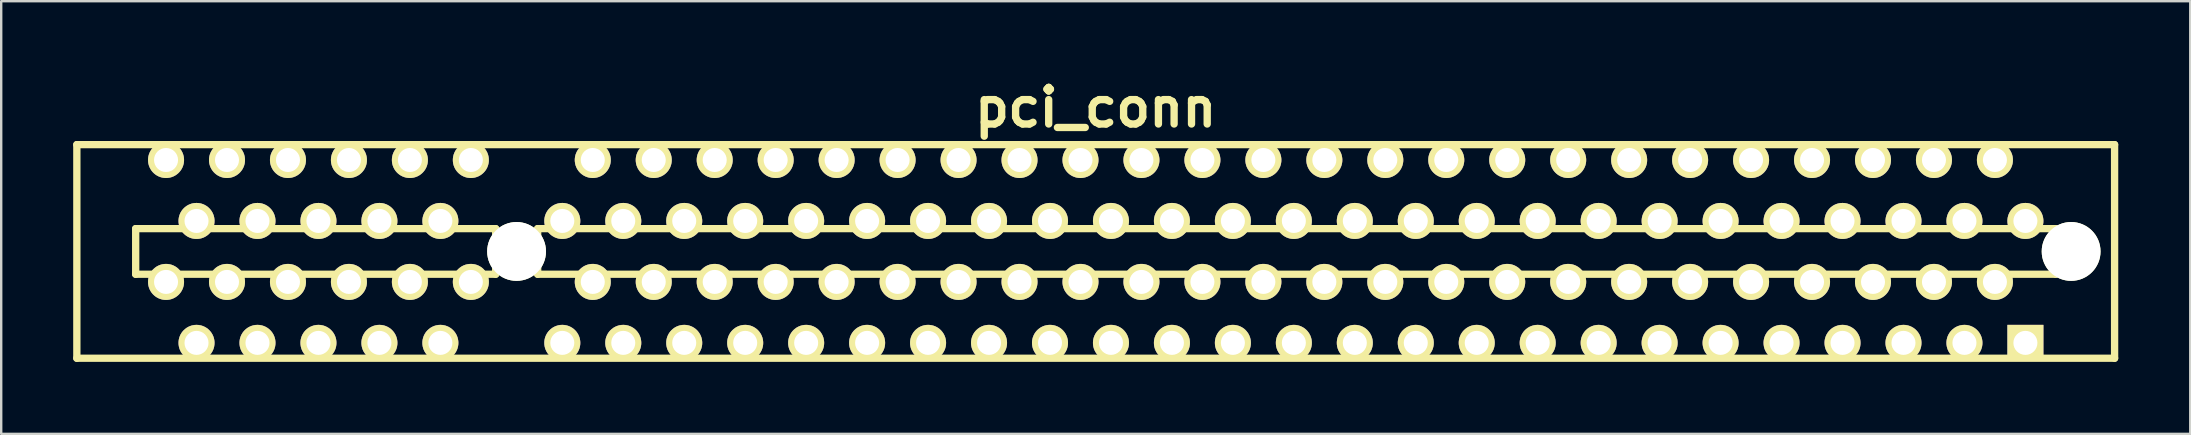
<source format=kicad_pcb>
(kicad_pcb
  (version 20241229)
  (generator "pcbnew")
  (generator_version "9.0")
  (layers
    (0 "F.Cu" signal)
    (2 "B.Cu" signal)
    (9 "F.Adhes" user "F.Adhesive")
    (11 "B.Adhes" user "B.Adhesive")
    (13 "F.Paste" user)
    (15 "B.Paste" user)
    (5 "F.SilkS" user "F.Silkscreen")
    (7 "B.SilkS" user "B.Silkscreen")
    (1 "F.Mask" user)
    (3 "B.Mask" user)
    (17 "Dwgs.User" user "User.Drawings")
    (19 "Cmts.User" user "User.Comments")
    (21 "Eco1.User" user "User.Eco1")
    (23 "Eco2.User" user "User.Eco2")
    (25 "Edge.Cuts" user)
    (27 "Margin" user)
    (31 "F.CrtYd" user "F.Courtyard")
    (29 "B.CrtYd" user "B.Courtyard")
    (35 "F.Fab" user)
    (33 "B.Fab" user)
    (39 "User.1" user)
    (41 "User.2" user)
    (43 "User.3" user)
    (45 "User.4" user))
  (footprint "pci_conn"
    (layer "F.Cu")
    (at 42.603 7.426)
    (property "Reference" "pci_conn" (at 0 -5.999 0) (layer "F.SilkS") (effects (font (size 1.524 1.524) (thickness 0.305))))
    (attr through_hole)
    (fp_line (start -42.451 -4.45) (end -42.451 4.45) (stroke (width 0.305) (type solid)) (layer "F.SilkS"))
    (fp_line (start -42.451 4.45) (end 42.451 4.45) (stroke (width 0.305) (type solid)) (layer "F.SilkS"))
    (fp_line (start -40 -0.95) (end -40 0.95) (stroke (width 0.305) (type solid)) (layer "F.SilkS"))
    (fp_line (start -40 0.95) (end -25.001 0.95) (stroke (width 0.305) (type solid)) (layer "F.SilkS"))
    (fp_line (start -25.001 -0.95) (end -40 -0.95) (stroke (width 0.305) (type solid)) (layer "F.SilkS"))
    (fp_line (start -25.001 0.95) (end -25.001 -0.95) (stroke (width 0.305) (type solid)) (layer "F.SilkS"))
    (fp_line (start -23.251 -0.95) (end 40 -0.95) (stroke (width 0.305) (type solid)) (layer "F.SilkS"))
    (fp_line (start -23.251 0.95) (end -23.251 -0.95) (stroke (width 0.305) (type solid)) (layer "F.SilkS"))
    (fp_line (start 40 -0.95) (end 40 0.95) (stroke (width 0.305) (type solid)) (layer "F.SilkS"))
    (fp_line (start 40 0.95) (end -23.251 0.95) (stroke (width 0.305) (type solid)) (layer "F.SilkS"))
    (fp_line (start 42.451 -4.45) (end -42.451 -4.45) (stroke (width 0.305) (type solid)) (layer "F.SilkS"))
    (fp_line (start 42.451 4.45) (end 42.451 -4.45) (stroke (width 0.305) (type solid)) (layer "F.SilkS"))
    (pad "" np_thru_hole circle (at -24.13 0) (size 2.451 2.451) (drill 2.451) (layers "*.Cu" "F.SilkS"))
    (pad "" np_thru_hole circle (at 40.64 0) (size 2.451 2.451) (drill 2.451) (layers "*.Cu" "F.SilkS"))
    (pad "A1" thru_hole rect (at 38.735 3.81) (size 1.501 1.501) (drill 1.001) (layers "*.Cu" "*.Mask" "F.SilkS"))
    (pad "A2" thru_hole circle (at 37.465 1.27) (size 1.501 1.501) (drill 1.001) (layers "*.Cu" "*.Mask" "F.SilkS"))
    (pad "A3" thru_hole circle (at 36.195 3.81) (size 1.501 1.501) (drill 1.001) (layers "*.Cu" "*.Mask" "F.SilkS"))
    (pad "A4" thru_hole circle (at 34.925 1.27) (size 1.501 1.501) (drill 1.001) (layers "*.Cu" "*.Mask" "F.SilkS"))
    (pad "A5" thru_hole circle (at 33.655 3.81) (size 1.501 1.501) (drill 1.001) (layers "*.Cu" "*.Mask" "F.SilkS"))
    (pad "A6" thru_hole circle (at 32.385 1.27) (size 1.501 1.501) (drill 1.001) (layers "*.Cu" "*.Mask" "F.SilkS"))
    (pad "A7" thru_hole circle (at 31.115 3.81) (size 1.501 1.501) (drill 1.001) (layers "*.Cu" "*.Mask" "F.SilkS"))
    (pad "A8" thru_hole circle (at 29.845 1.27) (size 1.501 1.501) (drill 1.001) (layers "*.Cu" "*.Mask" "F.SilkS"))
    (pad "A9" thru_hole circle (at 28.575 3.81) (size 1.501 1.501) (drill 1.001) (layers "*.Cu" "*.Mask" "F.SilkS"))
    (pad "A10" thru_hole circle (at 27.305 1.27) (size 1.501 1.501) (drill 1.001) (layers "*.Cu" "*.Mask" "F.SilkS"))
    (pad "A11" thru_hole circle (at 26.035 3.81) (size 1.501 1.501) (drill 1.001) (layers "*.Cu" "*.Mask" "F.SilkS"))
    (pad "A12" thru_hole circle (at 24.765 1.27) (size 1.501 1.501) (drill 1.001) (layers "*.Cu" "*.Mask" "F.SilkS"))
    (pad "A13" thru_hole circle (at 23.495 3.81) (size 1.501 1.501) (drill 1.001) (layers "*.Cu" "*.Mask" "F.SilkS"))
    (pad "A14" thru_hole circle (at 22.225 1.27) (size 1.501 1.501) (drill 1.001) (layers "*.Cu" "*.Mask" "F.SilkS"))
    (pad "A15" thru_hole circle (at 20.955 3.81) (size 1.501 1.501) (drill 1.001) (layers "*.Cu" "*.Mask" "F.SilkS"))
    (pad "A16" thru_hole circle (at 19.685 1.27) (size 1.501 1.501) (drill 1.001) (layers "*.Cu" "*.Mask" "F.SilkS"))
    (pad "A17" thru_hole circle (at 18.415 3.81) (size 1.501 1.501) (drill 1.001) (layers "*.Cu" "*.Mask" "F.SilkS"))
    (pad "A18" thru_hole circle (at 17.145 1.27) (size 1.501 1.501) (drill 1.001) (layers "*.Cu" "*.Mask" "F.SilkS"))
    (pad "A19" thru_hole circle (at 15.875 3.81) (size 1.501 1.501) (drill 1.001) (layers "*.Cu" "*.Mask" "F.SilkS"))
    (pad "A20" thru_hole circle (at 14.605 1.27) (size 1.501 1.501) (drill 1.001) (layers "*.Cu" "*.Mask" "F.SilkS"))
    (pad "A21" thru_hole circle (at 13.335 3.81) (size 1.501 1.501) (drill 1.001) (layers "*.Cu" "*.Mask" "F.SilkS"))
    (pad "A22" thru_hole circle (at 12.065 1.27) (size 1.501 1.501) (drill 1.001) (layers "*.Cu" "*.Mask" "F.SilkS"))
    (pad "A23" thru_hole circle (at 10.795 3.81) (size 1.501 1.501) (drill 1.001) (layers "*.Cu" "*.Mask" "F.SilkS"))
    (pad "A24" thru_hole circle (at 9.525 1.27) (size 1.501 1.501) (drill 1.001) (layers "*.Cu" "*.Mask" "F.SilkS"))
    (pad "A25" thru_hole circle (at 8.255 3.81) (size 1.501 1.501) (drill 1.001) (layers "*.Cu" "*.Mask" "F.SilkS"))
    (pad "A26" thru_hole circle (at 6.985 1.27) (size 1.501 1.501) (drill 1.001) (layers "*.Cu" "*.Mask" "F.SilkS"))
    (pad "A27" thru_hole circle (at 5.715 3.81) (size 1.501 1.501) (drill 1.001) (layers "*.Cu" "*.Mask" "F.SilkS"))
    (pad "A28" thru_hole circle (at 4.445 1.27) (size 1.501 1.501) (drill 1.001) (layers "*.Cu" "*.Mask" "F.SilkS"))
    (pad "A29" thru_hole circle (at 3.175 3.81) (size 1.501 1.501) (drill 1.001) (layers "*.Cu" "*.Mask" "F.SilkS"))
    (pad "A30" thru_hole circle (at 1.905 1.27) (size 1.501 1.501) (drill 1.001) (layers "*.Cu" "*.Mask" "F.SilkS"))
    (pad "A31" thru_hole circle (at 0.635 3.81) (size 1.501 1.501) (drill 1.001) (layers "*.Cu" "*.Mask" "F.SilkS"))
    (pad "A32" thru_hole circle (at -0.635 1.27) (size 1.501 1.501) (drill 1.001) (layers "*.Cu" "*.Mask" "F.SilkS"))
    (pad "A33" thru_hole circle (at -1.905 3.81) (size 1.501 1.501) (drill 1.001) (layers "*.Cu" "*.Mask" "F.SilkS"))
    (pad "A34" thru_hole circle (at -3.175 1.27) (size 1.501 1.501) (drill 1.001) (layers "*.Cu" "*.Mask" "F.SilkS"))
    (pad "A35" thru_hole circle (at -4.445 3.81) (size 1.501 1.501) (drill 1.001) (layers "*.Cu" "*.Mask" "F.SilkS"))
    (pad "A36" thru_hole circle (at -5.715 1.27) (size 1.501 1.501) (drill 1.001) (layers "*.Cu" "*.Mask" "F.SilkS"))
    (pad "A37" thru_hole circle (at -6.985 3.81) (size 1.501 1.501) (drill 1.001) (layers "*.Cu" "*.Mask" "F.SilkS"))
    (pad "A38" thru_hole circle (at -8.255 1.27) (size 1.501 1.501) (drill 1.001) (layers "*.Cu" "*.Mask" "F.SilkS"))
    (pad "A39" thru_hole circle (at -9.525 3.81) (size 1.501 1.501) (drill 1.001) (layers "*.Cu" "*.Mask" "F.SilkS"))
    (pad "A40" thru_hole circle (at -10.795 1.27) (size 1.501 1.501) (drill 1.001) (layers "*.Cu" "*.Mask" "F.SilkS"))
    (pad "A41" thru_hole circle (at -12.065 3.81) (size 1.501 1.501) (drill 1.001) (layers "*.Cu" "*.Mask" "F.SilkS"))
    (pad "A42" thru_hole circle (at -13.335 1.27) (size 1.501 1.501) (drill 1.001) (layers "*.Cu" "*.Mask" "F.SilkS"))
    (pad "A43" thru_hole circle (at -14.605 3.81) (size 1.501 1.501) (drill 1.001) (layers "*.Cu" "*.Mask" "F.SilkS"))
    (pad "A44" thru_hole circle (at -15.875 1.27) (size 1.501 1.501) (drill 1.001) (layers "*.Cu" "*.Mask" "F.SilkS"))
    (pad "A45" thru_hole circle (at -17.145 3.81) (size 1.501 1.501) (drill 1.001) (layers "*.Cu" "*.Mask" "F.SilkS"))
    (pad "A46" thru_hole circle (at -18.415 1.27) (size 1.501 1.501) (drill 1.001) (layers "*.Cu" "*.Mask" "F.SilkS"))
    (pad "A47" thru_hole circle (at -19.685 3.81) (size 1.501 1.501) (drill 1.001) (layers "*.Cu" "*.Mask" "F.SilkS"))
    (pad "A48" thru_hole circle (at -20.955 1.27) (size 1.501 1.501) (drill 1.001) (layers "*.Cu" "*.Mask" "F.SilkS"))
    (pad "A49" thru_hole circle (at -22.225 3.81) (size 1.501 1.501) (drill 1.001) (layers "*.Cu" "*.Mask" "F.SilkS"))
    (pad "A50" thru_hole circle (at -26.035 1.27) (size 1.501 1.501) (drill 1.001) (layers "*.Cu" "*.Mask" "F.SilkS"))
    (pad "A51" thru_hole circle (at -27.305 3.81) (size 1.501 1.501) (drill 1.001) (layers "*.Cu" "*.Mask" "F.SilkS"))
    (pad "A52" thru_hole circle (at -28.575 1.27) (size 1.501 1.501) (drill 1.001) (layers "*.Cu" "*.Mask" "F.SilkS"))
    (pad "A53" thru_hole circle (at -29.845 3.81) (size 1.501 1.501) (drill 1.001) (layers "*.Cu" "*.Mask" "F.SilkS"))
    (pad "A54" thru_hole circle (at -31.115 1.27) (size 1.501 1.501) (drill 1.001) (layers "*.Cu" "*.Mask" "F.SilkS"))
    (pad "A55" thru_hole circle (at -32.385 3.81) (size 1.501 1.501) (drill 1.001) (layers "*.Cu" "*.Mask" "F.SilkS"))
    (pad "A56" thru_hole circle (at -33.655 1.27) (size 1.501 1.501) (drill 1.001) (layers "*.Cu" "*.Mask" "F.SilkS"))
    (pad "A57" thru_hole circle (at -34.925 3.81) (size 1.501 1.501) (drill 1.001) (layers "*.Cu" "*.Mask" "F.SilkS"))
    (pad "A58" thru_hole circle (at -36.195 1.27) (size 1.501 1.501) (drill 1.001) (layers "*.Cu" "*.Mask" "F.SilkS"))
    (pad "A59" thru_hole circle (at -37.465 3.81) (size 1.501 1.501) (drill 1.001) (layers "*.Cu" "*.Mask" "F.SilkS"))
    (pad "A60" thru_hole circle (at -38.735 1.27) (size 1.501 1.501) (drill 1.001) (layers "*.Cu" "*.Mask" "F.SilkS"))
    (pad "B1" thru_hole circle (at 38.735 -1.27) (size 1.501 1.501) (drill 1.001) (layers "*.Cu" "*.Mask" "F.SilkS"))
    (pad "B2" thru_hole circle (at 37.465 -3.81) (size 1.501 1.501) (drill 1.001) (layers "*.Cu" "*.Mask" "F.SilkS"))
    (pad "B3" thru_hole circle (at 36.195 -1.27) (size 1.501 1.501) (drill 1.001) (layers "*.Cu" "*.Mask" "F.SilkS"))
    (pad "B4" thru_hole circle (at 34.925 -3.81) (size 1.501 1.501) (drill 1.001) (layers "*.Cu" "*.Mask" "F.SilkS"))
    (pad "B5" thru_hole circle (at 33.655 -1.27) (size 1.501 1.501) (drill 1.001) (layers "*.Cu" "*.Mask" "F.SilkS"))
    (pad "B6" thru_hole circle (at 32.385 -3.81) (size 1.501 1.501) (drill 1.001) (layers "*.Cu" "*.Mask" "F.SilkS"))
    (pad "B7" thru_hole circle (at 31.115 -1.27) (size 1.501 1.501) (drill 1.001) (layers "*.Cu" "*.Mask" "F.SilkS"))
    (pad "B8" thru_hole circle (at 29.845 -3.81) (size 1.501 1.501) (drill 1.001) (layers "*.Cu" "*.Mask" "F.SilkS"))
    (pad "B9" thru_hole circle (at 28.575 -1.27) (size 1.501 1.501) (drill 1.001) (layers "*.Cu" "*.Mask" "F.SilkS"))
    (pad "B10" thru_hole circle (at 27.305 -3.81) (size 1.501 1.501) (drill 1.001) (layers "*.Cu" "*.Mask" "F.SilkS"))
    (pad "B11" thru_hole circle (at 26.035 -1.27) (size 1.501 1.501) (drill 1.001) (layers "*.Cu" "*.Mask" "F.SilkS"))
    (pad "B12" thru_hole circle (at 24.765 -3.81) (size 1.501 1.501) (drill 1.001) (layers "*.Cu" "*.Mask" "F.SilkS"))
    (pad "B13" thru_hole circle (at 23.495 -1.27) (size 1.501 1.501) (drill 1.001) (layers "*.Cu" "*.Mask" "F.SilkS"))
    (pad "B14" thru_hole circle (at 22.225 -3.81) (size 1.501 1.501) (drill 1.001) (layers "*.Cu" "*.Mask" "F.SilkS"))
    (pad "B15" thru_hole circle (at 20.955 -1.27) (size 1.501 1.501) (drill 1.001) (layers "*.Cu" "*.Mask" "F.SilkS"))
    (pad "B16" thru_hole circle (at 19.685 -3.81) (size 1.501 1.501) (drill 1.001) (layers "*.Cu" "*.Mask" "F.SilkS"))
    (pad "B17" thru_hole circle (at 18.415 -1.27) (size 1.501 1.501) (drill 1.001) (layers "*.Cu" "*.Mask" "F.SilkS"))
    (pad "B18" thru_hole circle (at 17.145 -3.81) (size 1.501 1.501) (drill 1.001) (layers "*.Cu" "*.Mask" "F.SilkS"))
    (pad "B19" thru_hole circle (at 15.875 -1.27) (size 1.501 1.501) (drill 1.001) (layers "*.Cu" "*.Mask" "F.SilkS"))
    (pad "B20" thru_hole circle (at 14.605 -3.81) (size 1.501 1.501) (drill 1.001) (layers "*.Cu" "*.Mask" "F.SilkS"))
    (pad "B21" thru_hole circle (at 13.335 -1.27) (size 1.501 1.501) (drill 1.001) (layers "*.Cu" "*.Mask" "F.SilkS"))
    (pad "B22" thru_hole circle (at 12.065 -3.81) (size 1.501 1.501) (drill 1.001) (layers "*.Cu" "*.Mask" "F.SilkS"))
    (pad "B23" thru_hole circle (at 10.795 -1.27) (size 1.501 1.501) (drill 1.001) (layers "*.Cu" "*.Mask" "F.SilkS"))
    (pad "B24" thru_hole circle (at 9.525 -3.81) (size 1.501 1.501) (drill 1.001) (layers "*.Cu" "*.Mask" "F.SilkS"))
    (pad "B25" thru_hole circle (at 8.255 -1.27) (size 1.501 1.501) (drill 1.001) (layers "*.Cu" "*.Mask" "F.SilkS"))
    (pad "B26" thru_hole circle (at 6.985 -3.81) (size 1.501 1.501) (drill 1.001) (layers "*.Cu" "*.Mask" "F.SilkS"))
    (pad "B27" thru_hole circle (at 5.715 -1.27) (size 1.501 1.501) (drill 1.001) (layers "*.Cu" "*.Mask" "F.SilkS"))
    (pad "B28" thru_hole circle (at 4.445 -3.81) (size 1.501 1.501) (drill 1.001) (layers "*.Cu" "*.Mask" "F.SilkS"))
    (pad "B29" thru_hole circle (at 3.175 -1.27) (size 1.501 1.501) (drill 1.001) (layers "*.Cu" "*.Mask" "F.SilkS"))
    (pad "B30" thru_hole circle (at 1.905 -3.81) (size 1.501 1.501) (drill 1.001) (layers "*.Cu" "*.Mask" "F.SilkS"))
    (pad "B31" thru_hole circle (at 0.635 -1.27) (size 1.501 1.501) (drill 1.001) (layers "*.Cu" "*.Mask" "F.SilkS"))
    (pad "B32" thru_hole circle (at -0.635 -3.81) (size 1.501 1.501) (drill 1.001) (layers "*.Cu" "*.Mask" "F.SilkS"))
    (pad "B33" thru_hole circle (at -1.905 -1.27) (size 1.501 1.501) (drill 1.001) (layers "*.Cu" "*.Mask" "F.SilkS"))
    (pad "B34" thru_hole circle (at -3.175 -3.81) (size 1.501 1.501) (drill 1.001) (layers "*.Cu" "*.Mask" "F.SilkS"))
    (pad "B35" thru_hole circle (at -4.445 -1.27) (size 1.501 1.501) (drill 1.001) (layers "*.Cu" "*.Mask" "F.SilkS"))
    (pad "B36" thru_hole circle (at -5.715 -3.81) (size 1.501 1.501) (drill 1.001) (layers "*.Cu" "*.Mask" "F.SilkS"))
    (pad "B37" thru_hole circle (at -6.985 -1.27) (size 1.501 1.501) (drill 1.001) (layers "*.Cu" "*.Mask" "F.SilkS"))
    (pad "B38" thru_hole circle (at -8.255 -3.81) (size 1.501 1.501) (drill 1.001) (layers "*.Cu" "*.Mask" "F.SilkS"))
    (pad "B39" thru_hole circle (at -9.525 -1.27) (size 1.501 1.501) (drill 1.001) (layers "*.Cu" "*.Mask" "F.SilkS"))
    (pad "B40" thru_hole circle (at -10.795 -3.81) (size 1.501 1.501) (drill 1.001) (layers "*.Cu" "*.Mask" "F.SilkS"))
    (pad "B41" thru_hole circle (at -12.065 -1.27) (size 1.501 1.501) (drill 1.001) (layers "*.Cu" "*.Mask" "F.SilkS"))
    (pad "B42" thru_hole circle (at -13.335 -3.81) (size 1.501 1.501) (drill 1.001) (layers "*.Cu" "*.Mask" "F.SilkS"))
    (pad "B43" thru_hole circle (at -14.605 -1.27) (size 1.501 1.501) (drill 1.001) (layers "*.Cu" "*.Mask" "F.SilkS"))
    (pad "B44" thru_hole circle (at -15.875 -3.81) (size 1.501 1.501) (drill 1.001) (layers "*.Cu" "*.Mask" "F.SilkS"))
    (pad "B45" thru_hole circle (at -17.145 -1.27) (size 1.501 1.501) (drill 1.001) (layers "*.Cu" "*.Mask" "F.SilkS"))
    (pad "B46" thru_hole circle (at -18.415 -3.81) (size 1.501 1.501) (drill 1.001) (layers "*.Cu" "*.Mask" "F.SilkS"))
    (pad "B47" thru_hole circle (at -19.685 -1.27) (size 1.501 1.501) (drill 1.001) (layers "*.Cu" "*.Mask" "F.SilkS"))
    (pad "B48" thru_hole circle (at -20.955 -3.81) (size 1.501 1.501) (drill 1.001) (layers "*.Cu" "*.Mask" "F.SilkS"))
    (pad "B49" thru_hole circle (at -22.225 -1.27) (size 1.501 1.501) (drill 1.001) (layers "*.Cu" "*.Mask" "F.SilkS"))
    (pad "B50" thru_hole circle (at -26.035 -3.81) (size 1.501 1.501) (drill 1.001) (layers "*.Cu" "*.Mask" "F.SilkS"))
    (pad "B51" thru_hole circle (at -27.305 -1.27) (size 1.501 1.501) (drill 1.001) (layers "*.Cu" "*.Mask" "F.SilkS"))
    (pad "B52" thru_hole circle (at -28.575 -3.81) (size 1.501 1.501) (drill 1.001) (layers "*.Cu" "*.Mask" "F.SilkS"))
    (pad "B53" thru_hole circle (at -29.845 -1.27) (size 1.501 1.501) (drill 1.001) (layers "*.Cu" "*.Mask" "F.SilkS"))
    (pad "B54" thru_hole circle (at -31.115 -3.81) (size 1.501 1.501) (drill 1.001) (layers "*.Cu" "*.Mask" "F.SilkS"))
    (pad "B55" thru_hole circle (at -32.385 -1.27) (size 1.501 1.501) (drill 1.001) (layers "*.Cu" "*.Mask" "F.SilkS"))
    (pad "B56" thru_hole circle (at -33.655 -3.81) (size 1.501 1.501) (drill 1.001) (layers "*.Cu" "*.Mask" "F.SilkS"))
    (pad "B57" thru_hole circle (at -34.925 -1.27) (size 1.501 1.501) (drill 1.001) (layers "*.Cu" "*.Mask" "F.SilkS"))
    (pad "B58" thru_hole circle (at -36.195 -3.81) (size 1.501 1.501) (drill 1.001) (layers "*.Cu" "*.Mask" "F.SilkS"))
    (pad "B59" thru_hole circle (at -37.465 -1.27) (size 1.501 1.501) (drill 1.001) (layers "*.Cu" "*.Mask" "F.SilkS"))
    (pad "B60" thru_hole circle (at -38.735 -3.81) (size 1.501 1.501) (drill 1.001) (layers "*.Cu" "*.Mask" "F.SilkS")))
  (gr_rect
    (start -3 -3)
    (end 88.207 15.028)
    (stroke (width 0.1) (type default))
    (fill no)
    (layer "Edge.Cuts")))
</source>
